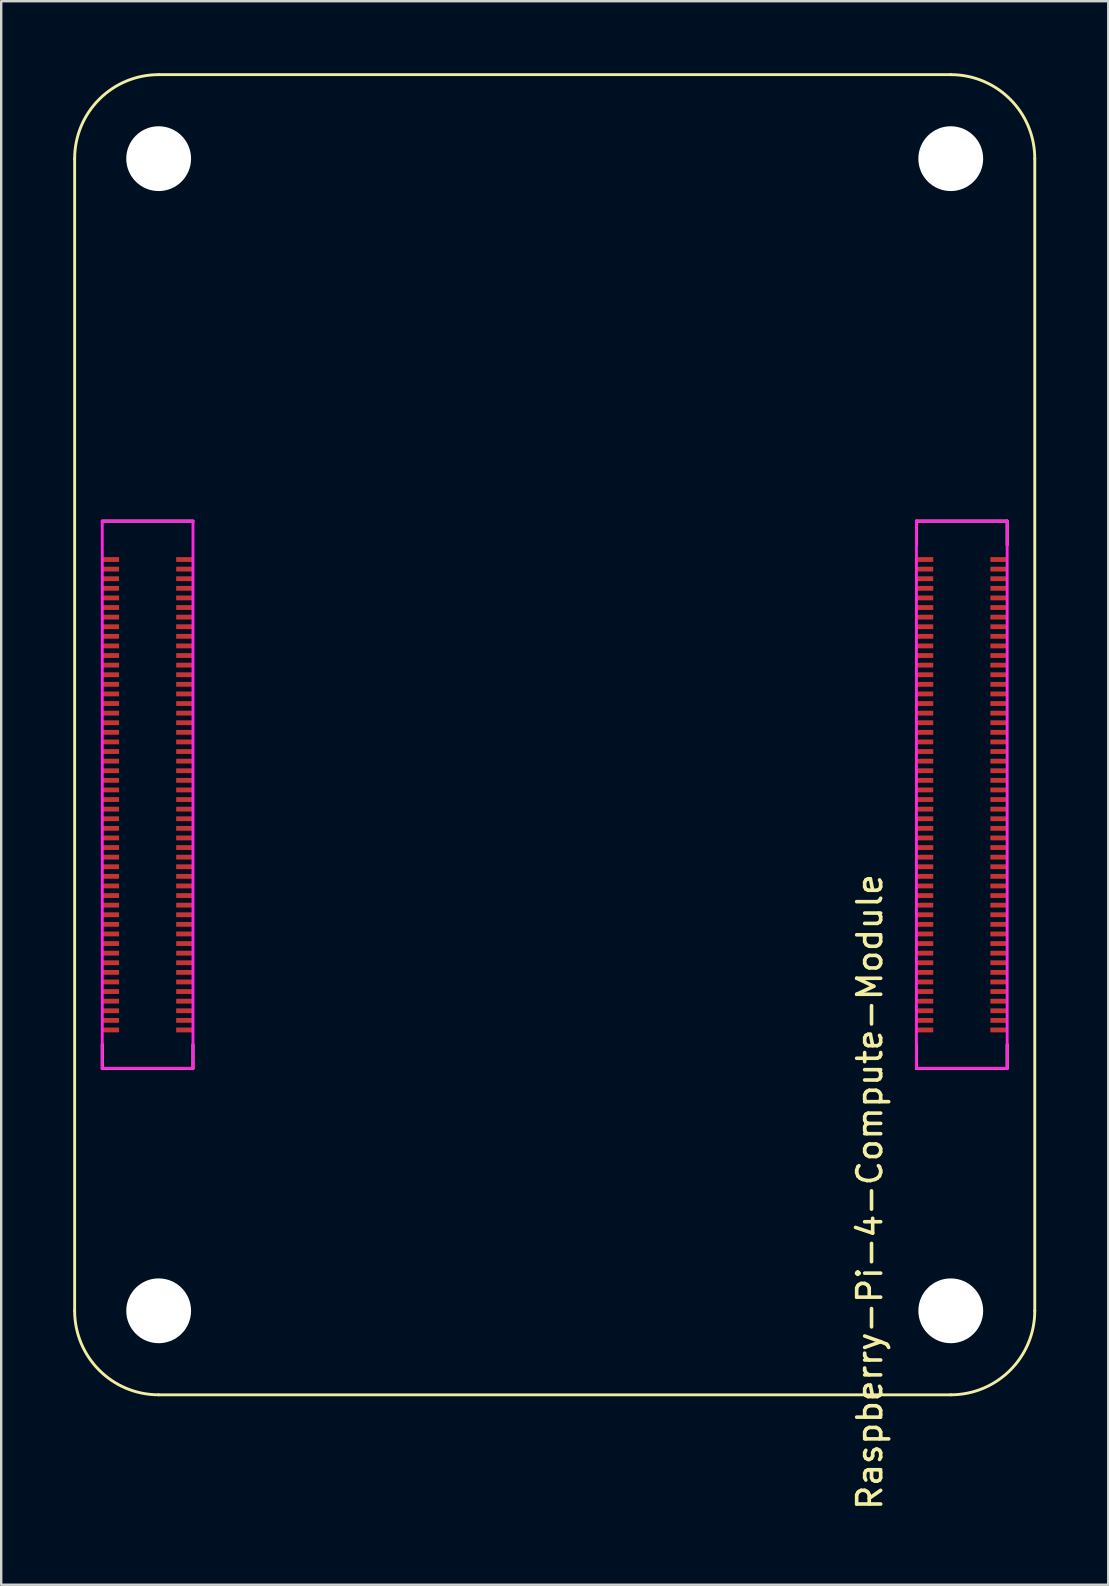
<source format=kicad_pcb>
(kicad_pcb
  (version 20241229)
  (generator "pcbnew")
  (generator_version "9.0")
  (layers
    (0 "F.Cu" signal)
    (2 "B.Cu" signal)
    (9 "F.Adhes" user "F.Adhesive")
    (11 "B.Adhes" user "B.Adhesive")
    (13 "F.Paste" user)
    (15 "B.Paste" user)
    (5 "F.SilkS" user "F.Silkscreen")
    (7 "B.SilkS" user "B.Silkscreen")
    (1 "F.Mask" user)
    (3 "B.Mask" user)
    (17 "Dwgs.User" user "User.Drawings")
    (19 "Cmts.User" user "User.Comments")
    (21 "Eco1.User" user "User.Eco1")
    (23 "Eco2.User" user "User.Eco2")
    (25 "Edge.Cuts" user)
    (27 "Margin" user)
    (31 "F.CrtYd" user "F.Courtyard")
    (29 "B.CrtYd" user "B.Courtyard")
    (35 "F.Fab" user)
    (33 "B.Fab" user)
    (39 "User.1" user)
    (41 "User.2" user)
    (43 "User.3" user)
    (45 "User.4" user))
  (footprint "Raspberry-Pi-4-Compute-Module"
    (layer "F.Cu")
    (at 3.56 51.56)
    (property "Reference" "Raspberry-Pi-4-Compute-Module" (at 29.625 -4.95 90) (layer "F.SilkS") (effects (font (size 1 1) (thickness 0.15))))
    (attr smd)
    (fp_line (start -3.5 -48) (end -3.5 0) (stroke (width 0.12) (type solid)) (layer "F.SilkS"))
    (fp_line (start -2.35 -32.9) (end 1.43 -32.9) (stroke (width 0.12) (type solid)) (layer "F.SilkS"))
    (fp_line (start -2.35 -10.1) (end -2.35 -11.1) (stroke (width 0.12) (type solid)) (layer "F.SilkS"))
    (fp_line (start -2.35 -10.1) (end 1.43 -10.1) (stroke (width 0.12) (type solid)) (layer "F.SilkS"))
    (fp_line (start 0 3.5) (end 33 3.5) (stroke (width 0.12) (type solid)) (layer "F.SilkS"))
    (fp_line (start 1.43 -10.1) (end 1.43 -11.1) (stroke (width 0.12) (type solid)) (layer "F.SilkS"))
    (fp_line (start 31.57 -32.9) (end 31.57 -31.9) (stroke (width 0.12) (type solid)) (layer "F.SilkS"))
    (fp_line (start 31.57 -32.9) (end 35.35 -32.9) (stroke (width 0.12) (type solid)) (layer "F.SilkS"))
    (fp_line (start 31.57 -10.1) (end 31.57 -11.1) (stroke (width 0.12) (type solid)) (layer "F.SilkS"))
    (fp_line (start 31.57 -10.1) (end 35.35 -10.1) (stroke (width 0.12) (type solid)) (layer "F.SilkS"))
    (fp_line (start 33 -51.5) (end 0 -51.5) (stroke (width 0.12) (type solid)) (layer "F.SilkS"))
    (fp_line (start 35.35 -32.9) (end 35.35 -31.9) (stroke (width 0.12) (type solid)) (layer "F.SilkS"))
    (fp_line (start 35.35 -10.1) (end 35.35 -11.1) (stroke (width 0.12) (type solid)) (layer "F.SilkS"))
    (fp_line (start 36.5 0) (end 36.5 -48) (stroke (width 0.12) (type solid)) (layer "F.SilkS"))
    (fp_arc (start -3.5 -48) (mid -2.474874 -50.474874) (end 0 -51.5) (stroke (width 0.12) (type solid)) (layer "F.SilkS"))
    (fp_arc (start 0 3.5) (mid -2.474874 2.474874) (end -3.5 0) (stroke (width 0.12) (type solid)) (layer "F.SilkS"))
    (fp_arc (start 33 -51.5) (mid 35.474874 -50.474874) (end 36.5 -48) (stroke (width 0.12) (type solid)) (layer "F.SilkS"))
    (fp_arc (start 36.5 0) (mid 35.474874 2.474874) (end 33 3.5) (stroke (width 0.12) (type solid)) (layer "F.SilkS"))
    (fp_line (start -2.35 -32.9) (end 1.43 -32.9) (stroke (width 0.12) (type solid)) (layer "F.CrtYd"))
    (fp_line (start -2.35 -10.1) (end -2.35 -32.9) (stroke (width 0.12) (type solid)) (layer "F.CrtYd"))
    (fp_line (start 1.43 -32.9) (end 1.43 -10.1) (stroke (width 0.12) (type solid)) (layer "F.CrtYd"))
    (fp_line (start 1.43 -10.1) (end -2.35 -10.1) (stroke (width 0.12) (type solid)) (layer "F.CrtYd"))
    (fp_line (start 31.57 -32.9) (end 35.35 -32.9) (stroke (width 0.12) (type solid)) (layer "F.CrtYd"))
    (fp_line (start 31.57 -10.1) (end 31.57 -32.9) (stroke (width 0.12) (type solid)) (layer "F.CrtYd"))
    (fp_line (start 35.35 -32.9) (end 35.35 -10.1) (stroke (width 0.12) (type solid)) (layer "F.CrtYd"))
    (fp_line (start 35.35 -10.1) (end 31.57 -10.1) (stroke (width 0.12) (type solid)) (layer "F.CrtYd"))
    (pad "" np_thru_hole circle (at 0 -48) (size 2.7 2.7) (drill 2.7) (layers "*.Cu" "*.Mask"))
    (pad "" np_thru_hole circle (at 0 0) (size 2.7 2.7) (drill 2.7) (layers "*.Cu" "*.Mask"))
    (pad "" np_thru_hole circle (at 33 -48) (size 2.7 2.7) (drill 2.7) (layers "*.Cu" "*.Mask"))
    (pad "" np_thru_hole circle (at 33 0) (size 2.7 2.7) (drill 2.7) (layers "*.Cu" "*.Mask"))
    (pad "1" smd rect (at -2 -31.3 270) (size 0.2 0.7) (layers "F.Cu" "F.Mask" "F.Paste"))
    (pad "2" smd rect (at 1.08 -31.3 270) (size 0.2 0.7) (layers "F.Cu" "F.Mask" "F.Paste"))
    (pad "3" smd rect (at -2 -30.9 270) (size 0.2 0.7) (layers "F.Cu" "F.Mask" "F.Paste"))
    (pad "4" smd rect (at 1.08 -30.9 270) (size 0.2 0.7) (layers "F.Cu" "F.Mask" "F.Paste"))
    (pad "5" smd rect (at -2 -30.5 270) (size 0.2 0.7) (layers "F.Cu" "F.Mask" "F.Paste"))
    (pad "6" smd rect (at 1.08 -30.5 270) (size 0.2 0.7) (layers "F.Cu" "F.Mask" "F.Paste"))
    (pad "7" smd rect (at -2 -30.1 270) (size 0.2 0.7) (layers "F.Cu" "F.Mask" "F.Paste"))
    (pad "8" smd rect (at 1.08 -30.1 270) (size 0.2 0.7) (layers "F.Cu" "F.Mask" "F.Paste"))
    (pad "9" smd rect (at -2 -29.7 270) (size 0.2 0.7) (layers "F.Cu" "F.Mask" "F.Paste"))
    (pad "10" smd rect (at 1.08 -29.7 270) (size 0.2 0.7) (layers "F.Cu" "F.Mask" "F.Paste"))
    (pad "11" smd rect (at -2 -29.3 270) (size 0.2 0.7) (layers "F.Cu" "F.Mask" "F.Paste"))
    (pad "12" smd rect (at 1.08 -29.3 270) (size 0.2 0.7) (layers "F.Cu" "F.Mask" "F.Paste"))
    (pad "13" smd rect (at -2 -28.9 270) (size 0.2 0.7) (layers "F.Cu" "F.Mask" "F.Paste"))
    (pad "14" smd rect (at 1.08 -28.9 270) (size 0.2 0.7) (layers "F.Cu" "F.Mask" "F.Paste"))
    (pad "15" smd rect (at -2 -28.5 270) (size 0.2 0.7) (layers "F.Cu" "F.Mask" "F.Paste"))
    (pad "16" smd rect (at 1.08 -28.5 270) (size 0.2 0.7) (layers "F.Cu" "F.Mask" "F.Paste"))
    (pad "17" smd rect (at -2 -28.1 270) (size 0.2 0.7) (layers "F.Cu" "F.Mask" "F.Paste"))
    (pad "18" smd rect (at 1.08 -28.1 270) (size 0.2 0.7) (layers "F.Cu" "F.Mask" "F.Paste"))
    (pad "19" smd rect (at -2 -27.7 270) (size 0.2 0.7) (layers "F.Cu" "F.Mask" "F.Paste"))
    (pad "20" smd rect (at 1.08 -27.7 270) (size 0.2 0.7) (layers "F.Cu" "F.Mask" "F.Paste"))
    (pad "21" smd rect (at -2 -27.3 270) (size 0.2 0.7) (layers "F.Cu" "F.Mask" "F.Paste"))
    (pad "22" smd rect (at 1.08 -27.3 270) (size 0.2 0.7) (layers "F.Cu" "F.Mask" "F.Paste"))
    (pad "23" smd rect (at -2 -26.9 270) (size 0.2 0.7) (layers "F.Cu" "F.Mask" "F.Paste"))
    (pad "24" smd rect (at 1.08 -26.9 270) (size 0.2 0.7) (layers "F.Cu" "F.Mask" "F.Paste"))
    (pad "25" smd rect (at -2 -26.5 270) (size 0.2 0.7) (layers "F.Cu" "F.Mask" "F.Paste"))
    (pad "26" smd rect (at 1.08 -26.5 270) (size 0.2 0.7) (layers "F.Cu" "F.Mask" "F.Paste"))
    (pad "27" smd rect (at -2 -26.1 270) (size 0.2 0.7) (layers "F.Cu" "F.Mask" "F.Paste"))
    (pad "28" smd rect (at 1.08 -26.1 270) (size 0.2 0.7) (layers "F.Cu" "F.Mask" "F.Paste"))
    (pad "29" smd rect (at -2 -25.7 270) (size 0.2 0.7) (layers "F.Cu" "F.Mask" "F.Paste"))
    (pad "30" smd rect (at 1.08 -25.7 270) (size 0.2 0.7) (layers "F.Cu" "F.Mask" "F.Paste"))
    (pad "31" smd rect (at -2 -25.3 270) (size 0.2 0.7) (layers "F.Cu" "F.Mask" "F.Paste"))
    (pad "32" smd rect (at 1.08 -25.3 270) (size 0.2 0.7) (layers "F.Cu" "F.Mask" "F.Paste"))
    (pad "33" smd rect (at -2 -24.9 270) (size 0.2 0.7) (layers "F.Cu" "F.Mask" "F.Paste"))
    (pad "34" smd rect (at 1.08 -24.9 270) (size 0.2 0.7) (layers "F.Cu" "F.Mask" "F.Paste"))
    (pad "35" smd rect (at -2 -24.5 270) (size 0.2 0.7) (layers "F.Cu" "F.Mask" "F.Paste"))
    (pad "36" smd rect (at 1.08 -24.5 270) (size 0.2 0.7) (layers "F.Cu" "F.Mask" "F.Paste"))
    (pad "37" smd rect (at -2 -24.1 270) (size 0.2 0.7) (layers "F.Cu" "F.Mask" "F.Paste"))
    (pad "38" smd rect (at 1.08 -24.1 270) (size 0.2 0.7) (layers "F.Cu" "F.Mask" "F.Paste"))
    (pad "39" smd rect (at -2 -23.7 270) (size 0.2 0.7) (layers "F.Cu" "F.Mask" "F.Paste"))
    (pad "40" smd rect (at 1.08 -23.7 270) (size 0.2 0.7) (layers "F.Cu" "F.Mask" "F.Paste"))
    (pad "41" smd rect (at -2 -23.3 270) (size 0.2 0.7) (layers "F.Cu" "F.Mask" "F.Paste"))
    (pad "42" smd rect (at 1.08 -23.3 270) (size 0.2 0.7) (layers "F.Cu" "F.Mask" "F.Paste"))
    (pad "43" smd rect (at -2 -22.9 270) (size 0.2 0.7) (layers "F.Cu" "F.Mask" "F.Paste"))
    (pad "44" smd rect (at 1.08 -22.9 270) (size 0.2 0.7) (layers "F.Cu" "F.Mask" "F.Paste"))
    (pad "45" smd rect (at -2 -22.5 270) (size 0.2 0.7) (layers "F.Cu" "F.Mask" "F.Paste"))
    (pad "46" smd rect (at 1.08 -22.5 270) (size 0.2 0.7) (layers "F.Cu" "F.Mask" "F.Paste"))
    (pad "47" smd rect (at -2 -22.1 270) (size 0.2 0.7) (layers "F.Cu" "F.Mask" "F.Paste"))
    (pad "48" smd rect (at 1.08 -22.1 270) (size 0.2 0.7) (layers "F.Cu" "F.Mask" "F.Paste"))
    (pad "49" smd rect (at -2 -21.7 270) (size 0.2 0.7) (layers "F.Cu" "F.Mask" "F.Paste"))
    (pad "50" smd rect (at 1.08 -21.7 270) (size 0.2 0.7) (layers "F.Cu" "F.Mask" "F.Paste"))
    (pad "51" smd rect (at -2 -21.3 270) (size 0.2 0.7) (layers "F.Cu" "F.Mask" "F.Paste"))
    (pad "52" smd rect (at 1.08 -21.3 270) (size 0.2 0.7) (layers "F.Cu" "F.Mask" "F.Paste"))
    (pad "53" smd rect (at -2 -20.9 270) (size 0.2 0.7) (layers "F.Cu" "F.Mask" "F.Paste"))
    (pad "54" smd rect (at 1.08 -20.9 270) (size 0.2 0.7) (layers "F.Cu" "F.Mask" "F.Paste"))
    (pad "55" smd rect (at -2 -20.5 270) (size 0.2 0.7) (layers "F.Cu" "F.Mask" "F.Paste"))
    (pad "56" smd rect (at 1.08 -20.5 270) (size 0.2 0.7) (layers "F.Cu" "F.Mask" "F.Paste"))
    (pad "57" smd rect (at -2 -20.1 270) (size 0.2 0.7) (layers "F.Cu" "F.Mask" "F.Paste"))
    (pad "58" smd rect (at 1.08 -20.1 270) (size 0.2 0.7) (layers "F.Cu" "F.Mask" "F.Paste"))
    (pad "59" smd rect (at -2 -19.7 270) (size 0.2 0.7) (layers "F.Cu" "F.Mask" "F.Paste"))
    (pad "60" smd rect (at 1.08 -19.7 270) (size 0.2 0.7) (layers "F.Cu" "F.Mask" "F.Paste"))
    (pad "61" smd rect (at -2 -19.3 270) (size 0.2 0.7) (layers "F.Cu" "F.Mask" "F.Paste"))
    (pad "62" smd rect (at 1.08 -19.3 270) (size 0.2 0.7) (layers "F.Cu" "F.Mask" "F.Paste"))
    (pad "63" smd rect (at -2 -18.9 270) (size 0.2 0.7) (layers "F.Cu" "F.Mask" "F.Paste"))
    (pad "64" smd rect (at 1.08 -18.9 270) (size 0.2 0.7) (layers "F.Cu" "F.Mask" "F.Paste"))
    (pad "65" smd rect (at -2 -18.5 270) (size 0.2 0.7) (layers "F.Cu" "F.Mask" "F.Paste"))
    (pad "66" smd rect (at 1.08 -18.5 270) (size 0.2 0.7) (layers "F.Cu" "F.Mask" "F.Paste"))
    (pad "67" smd rect (at -2 -18.1 270) (size 0.2 0.7) (layers "F.Cu" "F.Mask" "F.Paste"))
    (pad "68" smd rect (at 1.08 -18.1 270) (size 0.2 0.7) (layers "F.Cu" "F.Mask" "F.Paste"))
    (pad "69" smd rect (at -2 -17.7 270) (size 0.2 0.7) (layers "F.Cu" "F.Mask" "F.Paste"))
    (pad "70" smd rect (at 1.08 -17.7 270) (size 0.2 0.7) (layers "F.Cu" "F.Mask" "F.Paste"))
    (pad "71" smd rect (at -2 -17.3 270) (size 0.2 0.7) (layers "F.Cu" "F.Mask" "F.Paste"))
    (pad "72" smd rect (at 1.08 -17.3 270) (size 0.2 0.7) (layers "F.Cu" "F.Mask" "F.Paste"))
    (pad "73" smd rect (at -2 -16.9 270) (size 0.2 0.7) (layers "F.Cu" "F.Mask" "F.Paste"))
    (pad "74" smd rect (at 1.08 -16.9 270) (size 0.2 0.7) (layers "F.Cu" "F.Mask" "F.Paste"))
    (pad "75" smd rect (at -2 -16.5 270) (size 0.2 0.7) (layers "F.Cu" "F.Mask" "F.Paste"))
    (pad "76" smd rect (at 1.08 -16.5 270) (size 0.2 0.7) (layers "F.Cu" "F.Mask" "F.Paste"))
    (pad "77" smd rect (at -2 -16.1 270) (size 0.2 0.7) (layers "F.Cu" "F.Mask" "F.Paste"))
    (pad "78" smd rect (at 1.08 -16.1 270) (size 0.2 0.7) (layers "F.Cu" "F.Mask" "F.Paste"))
    (pad "79" smd rect (at -2 -15.7 270) (size 0.2 0.7) (layers "F.Cu" "F.Mask" "F.Paste"))
    (pad "80" smd rect (at 1.08 -15.7 270) (size 0.2 0.7) (layers "F.Cu" "F.Mask" "F.Paste"))
    (pad "81" smd rect (at -2 -15.3 270) (size 0.2 0.7) (layers "F.Cu" "F.Mask" "F.Paste"))
    (pad "82" smd rect (at 1.08 -15.3 270) (size 0.2 0.7) (layers "F.Cu" "F.Mask" "F.Paste"))
    (pad "83" smd rect (at -2 -14.9 270) (size 0.2 0.7) (layers "F.Cu" "F.Mask" "F.Paste"))
    (pad "84" smd rect (at 1.08 -14.9 270) (size 0.2 0.7) (layers "F.Cu" "F.Mask" "F.Paste"))
    (pad "85" smd rect (at -2 -14.5 270) (size 0.2 0.7) (layers "F.Cu" "F.Mask" "F.Paste"))
    (pad "86" smd rect (at 1.08 -14.5 270) (size 0.2 0.7) (layers "F.Cu" "F.Mask" "F.Paste"))
    (pad "87" smd rect (at -2 -14.1 270) (size 0.2 0.7) (layers "F.Cu" "F.Mask" "F.Paste"))
    (pad "88" smd rect (at 1.08 -14.1 270) (size 0.2 0.7) (layers "F.Cu" "F.Mask" "F.Paste"))
    (pad "89" smd rect (at -2 -13.7 270) (size 0.2 0.7) (layers "F.Cu" "F.Mask" "F.Paste"))
    (pad "90" smd rect (at 1.08 -13.7 270) (size 0.2 0.7) (layers "F.Cu" "F.Mask" "F.Paste"))
    (pad "91" smd rect (at -2 -13.3 270) (size 0.2 0.7) (layers "F.Cu" "F.Mask" "F.Paste"))
    (pad "92" smd rect (at 1.08 -13.3 270) (size 0.2 0.7) (layers "F.Cu" "F.Mask" "F.Paste"))
    (pad "93" smd rect (at -2 -12.9 270) (size 0.2 0.7) (layers "F.Cu" "F.Mask" "F.Paste"))
    (pad "94" smd rect (at 1.08 -12.9 270) (size 0.2 0.7) (layers "F.Cu" "F.Mask" "F.Paste"))
    (pad "95" smd rect (at -2 -12.5 270) (size 0.2 0.7) (layers "F.Cu" "F.Mask" "F.Paste"))
    (pad "96" smd rect (at 1.08 -12.5 270) (size 0.2 0.7) (layers "F.Cu" "F.Mask" "F.Paste"))
    (pad "97" smd rect (at -2 -12.1 270) (size 0.2 0.7) (layers "F.Cu" "F.Mask" "F.Paste"))
    (pad "98" smd rect (at 1.08 -12.1 270) (size 0.2 0.7) (layers "F.Cu" "F.Mask" "F.Paste"))
    (pad "99" smd rect (at -2 -11.7 270) (size 0.2 0.7) (layers "F.Cu" "F.Mask" "F.Paste"))
    (pad "100" smd rect (at 1.08 -11.7 270) (size 0.2 0.7) (layers "F.Cu" "F.Mask" "F.Paste"))
    (pad "101" smd rect (at 31.92 -31.3 270) (size 0.2 0.7) (layers "F.Cu" "F.Mask" "F.Paste"))
    (pad "102" smd rect (at 35 -31.3 270) (size 0.2 0.7) (layers "F.Cu" "F.Mask" "F.Paste"))
    (pad "103" smd rect (at 31.92 -30.9 270) (size 0.2 0.7) (layers "F.Cu" "F.Mask" "F.Paste"))
    (pad "104" smd rect (at 35 -30.9 270) (size 0.2 0.7) (layers "F.Cu" "F.Mask" "F.Paste"))
    (pad "105" smd rect (at 31.92 -30.5 270) (size 0.2 0.7) (layers "F.Cu" "F.Mask" "F.Paste"))
    (pad "106" smd rect (at 35 -30.5 270) (size 0.2 0.7) (layers "F.Cu" "F.Mask" "F.Paste"))
    (pad "107" smd rect (at 31.92 -30.1 270) (size 0.2 0.7) (layers "F.Cu" "F.Mask" "F.Paste"))
    (pad "108" smd rect (at 35 -30.1 270) (size 0.2 0.7) (layers "F.Cu" "F.Mask" "F.Paste"))
    (pad "109" smd rect (at 31.92 -29.7 270) (size 0.2 0.7) (layers "F.Cu" "F.Mask" "F.Paste"))
    (pad "110" smd rect (at 35 -29.7 270) (size 0.2 0.7) (layers "F.Cu" "F.Mask" "F.Paste"))
    (pad "111" smd rect (at 31.92 -29.3 270) (size 0.2 0.7) (layers "F.Cu" "F.Mask" "F.Paste"))
    (pad "112" smd rect (at 35 -29.3 270) (size 0.2 0.7) (layers "F.Cu" "F.Mask" "F.Paste"))
    (pad "113" smd rect (at 31.92 -28.9 270) (size 0.2 0.7) (layers "F.Cu" "F.Mask" "F.Paste"))
    (pad "114" smd rect (at 35 -28.9 270) (size 0.2 0.7) (layers "F.Cu" "F.Mask" "F.Paste"))
    (pad "115" smd rect (at 31.92 -28.5 270) (size 0.2 0.7) (layers "F.Cu" "F.Mask" "F.Paste"))
    (pad "116" smd rect (at 35 -28.5 270) (size 0.2 0.7) (layers "F.Cu" "F.Mask" "F.Paste"))
    (pad "117" smd rect (at 31.92 -28.1 270) (size 0.2 0.7) (layers "F.Cu" "F.Mask" "F.Paste"))
    (pad "118" smd rect (at 35 -28.1 270) (size 0.2 0.7) (layers "F.Cu" "F.Mask" "F.Paste"))
    (pad "119" smd rect (at 31.92 -27.7 270) (size 0.2 0.7) (layers "F.Cu" "F.Mask" "F.Paste"))
    (pad "120" smd rect (at 35 -27.7 270) (size 0.2 0.7) (layers "F.Cu" "F.Mask" "F.Paste"))
    (pad "121" smd rect (at 31.92 -27.3 270) (size 0.2 0.7) (layers "F.Cu" "F.Mask" "F.Paste"))
    (pad "122" smd rect (at 35 -27.3 270) (size 0.2 0.7) (layers "F.Cu" "F.Mask" "F.Paste"))
    (pad "123" smd rect (at 31.92 -26.9 270) (size 0.2 0.7) (layers "F.Cu" "F.Mask" "F.Paste"))
    (pad "124" smd rect (at 35 -26.9 270) (size 0.2 0.7) (layers "F.Cu" "F.Mask" "F.Paste"))
    (pad "125" smd rect (at 31.92 -26.5 270) (size 0.2 0.7) (layers "F.Cu" "F.Mask" "F.Paste"))
    (pad "126" smd rect (at 35 -26.5 270) (size 0.2 0.7) (layers "F.Cu" "F.Mask" "F.Paste"))
    (pad "127" smd rect (at 31.92 -26.1 270) (size 0.2 0.7) (layers "F.Cu" "F.Mask" "F.Paste"))
    (pad "128" smd rect (at 35 -26.1 270) (size 0.2 0.7) (layers "F.Cu" "F.Mask" "F.Paste"))
    (pad "129" smd rect (at 31.92 -25.7 270) (size 0.2 0.7) (layers "F.Cu" "F.Mask" "F.Paste"))
    (pad "130" smd rect (at 35 -25.7 270) (size 0.2 0.7) (layers "F.Cu" "F.Mask" "F.Paste"))
    (pad "131" smd rect (at 31.92 -25.3 270) (size 0.2 0.7) (layers "F.Cu" "F.Mask" "F.Paste"))
    (pad "132" smd rect (at 35 -25.3 270) (size 0.2 0.7) (layers "F.Cu" "F.Mask" "F.Paste"))
    (pad "133" smd rect (at 31.92 -24.9 270) (size 0.2 0.7) (layers "F.Cu" "F.Mask" "F.Paste"))
    (pad "134" smd rect (at 35 -24.9 270) (size 0.2 0.7) (layers "F.Cu" "F.Mask" "F.Paste"))
    (pad "135" smd rect (at 31.92 -24.5 270) (size 0.2 0.7) (layers "F.Cu" "F.Mask" "F.Paste"))
    (pad "136" smd rect (at 35 -24.5 270) (size 0.2 0.7) (layers "F.Cu" "F.Mask" "F.Paste"))
    (pad "137" smd rect (at 31.92 -24.1 270) (size 0.2 0.7) (layers "F.Cu" "F.Mask" "F.Paste"))
    (pad "138" smd rect (at 35 -24.1 270) (size 0.2 0.7) (layers "F.Cu" "F.Mask" "F.Paste"))
    (pad "139" smd rect (at 31.92 -23.7 270) (size 0.2 0.7) (layers "F.Cu" "F.Mask" "F.Paste"))
    (pad "140" smd rect (at 35 -23.7 270) (size 0.2 0.7) (layers "F.Cu" "F.Mask" "F.Paste"))
    (pad "141" smd rect (at 31.92 -23.3 270) (size 0.2 0.7) (layers "F.Cu" "F.Mask" "F.Paste"))
    (pad "142" smd rect (at 35 -23.3 270) (size 0.2 0.7) (layers "F.Cu" "F.Mask" "F.Paste"))
    (pad "143" smd rect (at 31.92 -22.9 270) (size 0.2 0.7) (layers "F.Cu" "F.Mask" "F.Paste"))
    (pad "144" smd rect (at 35 -22.9 270) (size 0.2 0.7) (layers "F.Cu" "F.Mask" "F.Paste"))
    (pad "145" smd rect (at 31.92 -22.5 270) (size 0.2 0.7) (layers "F.Cu" "F.Mask" "F.Paste"))
    (pad "146" smd rect (at 35 -22.5 270) (size 0.2 0.7) (layers "F.Cu" "F.Mask" "F.Paste"))
    (pad "147" smd rect (at 31.92 -22.1 270) (size 0.2 0.7) (layers "F.Cu" "F.Mask" "F.Paste"))
    (pad "148" smd rect (at 35 -22.1 270) (size 0.2 0.7) (layers "F.Cu" "F.Mask" "F.Paste"))
    (pad "149" smd rect (at 31.92 -21.7 270) (size 0.2 0.7) (layers "F.Cu" "F.Mask" "F.Paste"))
    (pad "150" smd rect (at 35 -21.7 270) (size 0.2 0.7) (layers "F.Cu" "F.Mask" "F.Paste"))
    (pad "151" smd rect (at 31.92 -21.3 270) (size 0.2 0.7) (layers "F.Cu" "F.Mask" "F.Paste"))
    (pad "152" smd rect (at 35 -21.3 270) (size 0.2 0.7) (layers "F.Cu" "F.Mask" "F.Paste"))
    (pad "153" smd rect (at 31.92 -20.9 270) (size 0.2 0.7) (layers "F.Cu" "F.Mask" "F.Paste"))
    (pad "154" smd rect (at 35 -20.9 270) (size 0.2 0.7) (layers "F.Cu" "F.Mask" "F.Paste"))
    (pad "155" smd rect (at 31.92 -20.5 270) (size 0.2 0.7) (layers "F.Cu" "F.Mask" "F.Paste"))
    (pad "156" smd rect (at 35 -20.5 270) (size 0.2 0.7) (layers "F.Cu" "F.Mask" "F.Paste"))
    (pad "157" smd rect (at 31.92 -20.1 270) (size 0.2 0.7) (layers "F.Cu" "F.Mask" "F.Paste"))
    (pad "158" smd rect (at 35 -20.1 270) (size 0.2 0.7) (layers "F.Cu" "F.Mask" "F.Paste"))
    (pad "159" smd rect (at 31.92 -19.7 270) (size 0.2 0.7) (layers "F.Cu" "F.Mask" "F.Paste"))
    (pad "160" smd rect (at 35 -19.7 270) (size 0.2 0.7) (layers "F.Cu" "F.Mask" "F.Paste"))
    (pad "161" smd rect (at 31.92 -19.3 270) (size 0.2 0.7) (layers "F.Cu" "F.Mask" "F.Paste"))
    (pad "162" smd rect (at 35 -19.3 270) (size 0.2 0.7) (layers "F.Cu" "F.Mask" "F.Paste"))
    (pad "163" smd rect (at 31.92 -18.9 270) (size 0.2 0.7) (layers "F.Cu" "F.Mask" "F.Paste"))
    (pad "164" smd rect (at 35 -18.9 270) (size 0.2 0.7) (layers "F.Cu" "F.Mask" "F.Paste"))
    (pad "165" smd rect (at 31.92 -18.5 270) (size 0.2 0.7) (layers "F.Cu" "F.Mask" "F.Paste"))
    (pad "166" smd rect (at 35 -18.5 270) (size 0.2 0.7) (layers "F.Cu" "F.Mask" "F.Paste"))
    (pad "167" smd rect (at 31.92 -18.1 270) (size 0.2 0.7) (layers "F.Cu" "F.Mask" "F.Paste"))
    (pad "168" smd rect (at 35 -18.1 270) (size 0.2 0.7) (layers "F.Cu" "F.Mask" "F.Paste"))
    (pad "169" smd rect (at 31.92 -17.7 270) (size 0.2 0.7) (layers "F.Cu" "F.Mask" "F.Paste"))
    (pad "170" smd rect (at 35 -17.7 270) (size 0.2 0.7) (layers "F.Cu" "F.Mask" "F.Paste"))
    (pad "171" smd rect (at 31.92 -17.3 270) (size 0.2 0.7) (layers "F.Cu" "F.Mask" "F.Paste"))
    (pad "172" smd rect (at 35 -17.3 270) (size 0.2 0.7) (layers "F.Cu" "F.Mask" "F.Paste"))
    (pad "173" smd rect (at 31.92 -16.9 270) (size 0.2 0.7) (layers "F.Cu" "F.Mask" "F.Paste"))
    (pad "174" smd rect (at 35 -16.9 270) (size 0.2 0.7) (layers "F.Cu" "F.Mask" "F.Paste"))
    (pad "175" smd rect (at 31.92 -16.5 270) (size 0.2 0.7) (layers "F.Cu" "F.Mask" "F.Paste"))
    (pad "176" smd rect (at 35 -16.5 270) (size 0.2 0.7) (layers "F.Cu" "F.Mask" "F.Paste"))
    (pad "177" smd rect (at 31.92 -16.1 270) (size 0.2 0.7) (layers "F.Cu" "F.Mask" "F.Paste"))
    (pad "178" smd rect (at 35 -16.1 270) (size 0.2 0.7) (layers "F.Cu" "F.Mask" "F.Paste"))
    (pad "179" smd rect (at 31.92 -15.7 270) (size 0.2 0.7) (layers "F.Cu" "F.Mask" "F.Paste"))
    (pad "180" smd rect (at 35 -15.7 270) (size 0.2 0.7) (layers "F.Cu" "F.Mask" "F.Paste"))
    (pad "181" smd rect (at 31.92 -15.3 270) (size 0.2 0.7) (layers "F.Cu" "F.Mask" "F.Paste"))
    (pad "182" smd rect (at 35 -15.3 270) (size 0.2 0.7) (layers "F.Cu" "F.Mask" "F.Paste"))
    (pad "183" smd rect (at 31.92 -14.9 270) (size 0.2 0.7) (layers "F.Cu" "F.Mask" "F.Paste"))
    (pad "184" smd rect (at 35 -14.9 270) (size 0.2 0.7) (layers "F.Cu" "F.Mask" "F.Paste"))
    (pad "185" smd rect (at 31.92 -14.5 270) (size 0.2 0.7) (layers "F.Cu" "F.Mask" "F.Paste"))
    (pad "186" smd rect (at 35 -14.5 270) (size 0.2 0.7) (layers "F.Cu" "F.Mask" "F.Paste"))
    (pad "187" smd rect (at 31.92 -14.1 270) (size 0.2 0.7) (layers "F.Cu" "F.Mask" "F.Paste"))
    (pad "188" smd rect (at 35 -14.1 270) (size 0.2 0.7) (layers "F.Cu" "F.Mask" "F.Paste"))
    (pad "189" smd rect (at 31.92 -13.7 270) (size 0.2 0.7) (layers "F.Cu" "F.Mask" "F.Paste"))
    (pad "190" smd rect (at 35 -13.7 270) (size 0.2 0.7) (layers "F.Cu" "F.Mask" "F.Paste"))
    (pad "191" smd rect (at 31.92 -13.3 270) (size 0.2 0.7) (layers "F.Cu" "F.Mask" "F.Paste"))
    (pad "192" smd rect (at 35 -13.3 270) (size 0.2 0.7) (layers "F.Cu" "F.Mask" "F.Paste"))
    (pad "193" smd rect (at 31.92 -12.9 270) (size 0.2 0.7) (layers "F.Cu" "F.Mask" "F.Paste"))
    (pad "194" smd rect (at 35 -12.9 270) (size 0.2 0.7) (layers "F.Cu" "F.Mask" "F.Paste"))
    (pad "195" smd rect (at 31.92 -12.5 270) (size 0.2 0.7) (layers "F.Cu" "F.Mask" "F.Paste"))
    (pad "196" smd rect (at 35 -12.5 270) (size 0.2 0.7) (layers "F.Cu" "F.Mask" "F.Paste"))
    (pad "197" smd rect (at 31.92 -12.1 270) (size 0.2 0.7) (layers "F.Cu" "F.Mask" "F.Paste"))
    (pad "198" smd rect (at 35 -12.1 270) (size 0.2 0.7) (layers "F.Cu" "F.Mask" "F.Paste"))
    (pad "199" smd rect (at 31.92 -11.7 270) (size 0.2 0.7) (layers "F.Cu" "F.Mask" "F.Paste"))
    (pad "200" smd rect (at 35 -11.7 270) (size 0.2 0.7) (layers "F.Cu" "F.Mask" "F.Paste")))
  (gr_rect
    (start -3 -3)
    (end 43.12 62.973)
    (stroke (width 0.1) (type default))
    (fill no)
    (layer "Edge.Cuts")))
</source>
